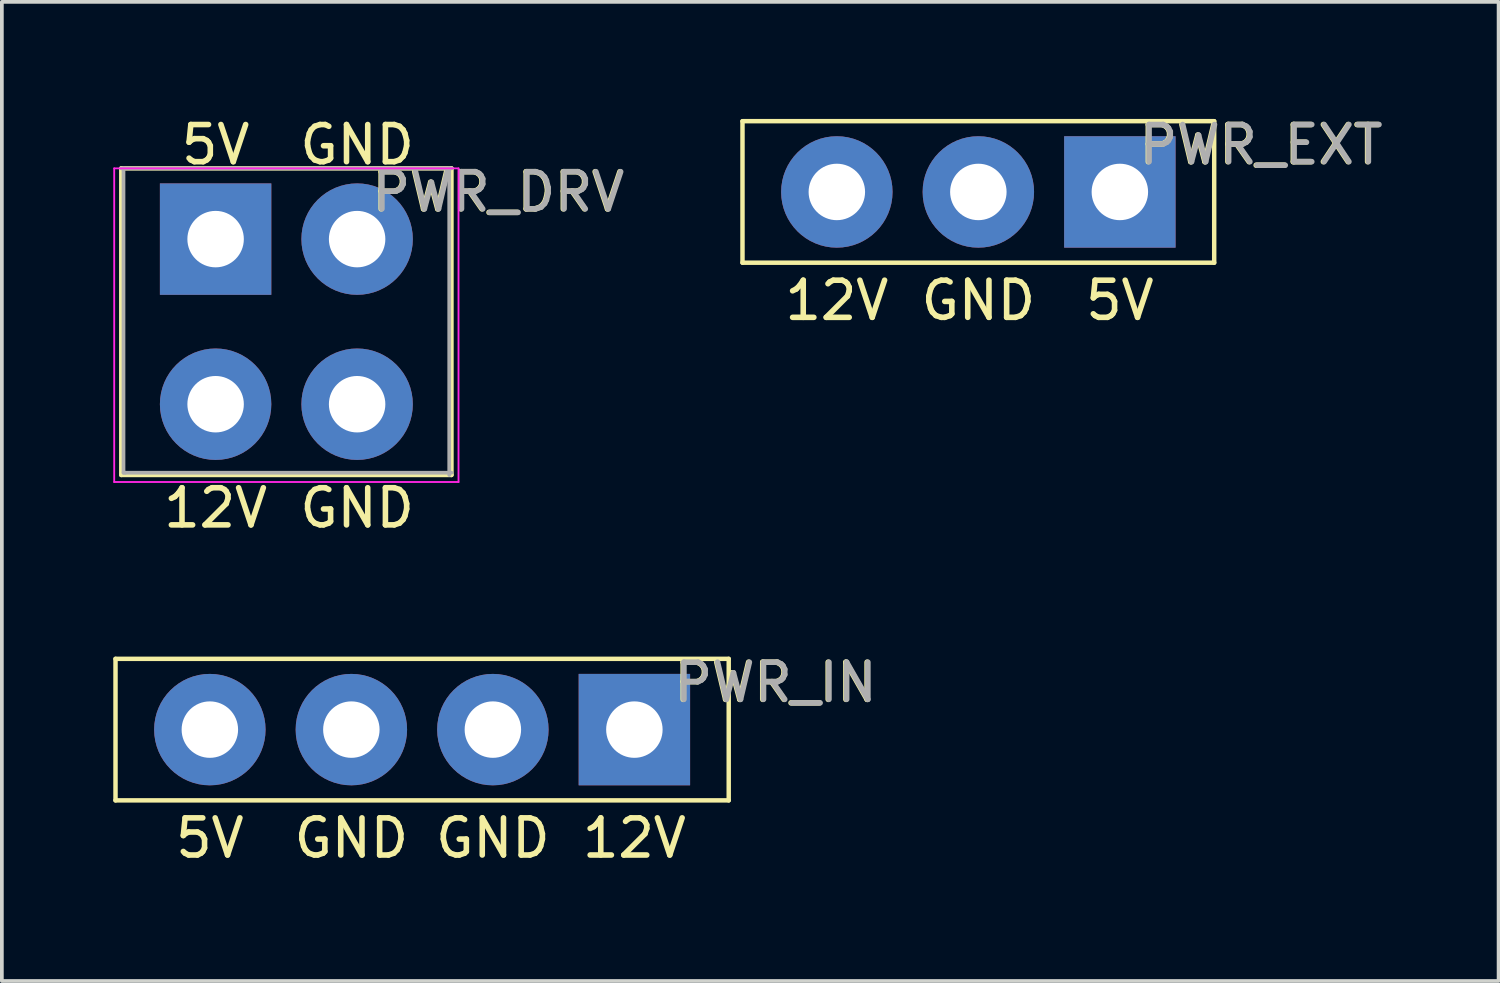
<source format=kicad_pcb>
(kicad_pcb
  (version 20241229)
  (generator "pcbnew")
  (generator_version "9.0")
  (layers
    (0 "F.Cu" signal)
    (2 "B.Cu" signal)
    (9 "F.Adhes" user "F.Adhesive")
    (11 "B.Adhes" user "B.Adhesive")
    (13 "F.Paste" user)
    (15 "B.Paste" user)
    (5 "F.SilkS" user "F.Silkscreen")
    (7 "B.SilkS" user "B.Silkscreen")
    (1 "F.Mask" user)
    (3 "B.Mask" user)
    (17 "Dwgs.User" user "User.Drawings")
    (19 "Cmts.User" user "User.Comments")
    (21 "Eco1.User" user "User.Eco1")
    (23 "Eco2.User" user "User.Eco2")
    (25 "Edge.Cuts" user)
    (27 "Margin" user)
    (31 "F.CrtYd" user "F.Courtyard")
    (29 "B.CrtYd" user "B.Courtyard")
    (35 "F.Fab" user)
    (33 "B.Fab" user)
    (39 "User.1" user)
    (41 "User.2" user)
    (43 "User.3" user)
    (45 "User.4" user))
  (footprint "PWR_IN"
    (layer "F.Cu")
    (at 10.22 19.769)
    (property "Reference" "PWR_IN" (at 7.6 -4.445 0) (layer "F.SilkS") (effects (font (size 1 1) (thickness 0.15))))
    (attr through_hole)
    (fp_line (start -10.16 -5.08) (end -10.16 -1.27) (stroke (width 0.12) (type solid)) (layer "F.SilkS"))
    (fp_line (start -10.16 -5.08) (end 6.35 -5.08) (stroke (width 0.12) (type solid)) (layer "F.SilkS"))
    (fp_line (start -10.16 -1.27) (end 6.35 -1.27) (stroke (width 0.12) (type solid)) (layer "F.SilkS"))
    (fp_line (start 6.35 -1.27) (end 6.35 -5.08) (stroke (width 0.12) (type solid)) (layer "F.SilkS"))
    (fp_text user "GND" (at 0 -0.254 0) (layer "F.SilkS") (effects (font (size 1 1) (thickness 0.15))))
    (fp_text user "5V" (at -7.62 -0.254 0) (layer "F.SilkS") (effects (font (size 1 1) (thickness 0.15))))
    (fp_text user "12V" (at 3.81 -0.254 0) (layer "F.SilkS") (effects (font (size 1 1) (thickness 0.15))))
    (fp_text user "GND" (at -3.81 -0.254 0) (layer "F.SilkS") (effects (font (size 1 1) (thickness 0.15))))
    (fp_text user "${REFERENCE}" (at 7.62 -4.445 0) (layer "F.Fab") (effects (font (size 1 1) (thickness 0.15))))
    (pad "1" thru_hole rect (at 3.81 -3.175) (size 3 3) (drill 1.52) (layers "*.Cu" "*.Mask"))
    (pad "2" thru_hole circle (at 0 -3.175) (size 3 3) (drill 1.52) (layers "*.Cu" "*.Mask"))
    (pad "3" thru_hole circle (at -3.81 -3.175) (size 3 3) (drill 1.52) (layers "*.Cu" "*.Mask"))
    (pad "4" thru_hole circle (at -7.62 -3.175) (size 3 3) (drill 1.52) (layers "*.Cu" "*.Mask")))
  (footprint "PWR_EXT"
    (layer "F.Cu")
    (at 23.291 5.293)
    (property "Reference" "PWR_EXT" (at 7.6 -4.445 0) (layer "F.SilkS") (effects (font (size 1 1) (thickness 0.15))))
    (attr through_hole)
    (fp_line (start -6.35 -5.08) (end -6.35 -1.27) (stroke (width 0.12) (type solid)) (layer "F.SilkS"))
    (fp_line (start -6.35 -5.08) (end 6.35 -5.08) (stroke (width 0.12) (type solid)) (layer "F.SilkS"))
    (fp_line (start -6.35 -1.27) (end 6.35 -1.27) (stroke (width 0.12) (type solid)) (layer "F.SilkS"))
    (fp_line (start 6.35 -1.27) (end 6.35 -5.08) (stroke (width 0.12) (type solid)) (layer "F.SilkS"))
    (fp_text user "5V" (at 3.81 -0.254 0) (layer "F.SilkS") (effects (font (size 1 1) (thickness 0.15))))
    (fp_text user "12V" (at -3.81 -0.254 0) (layer "F.SilkS") (effects (font (size 1 1) (thickness 0.15))))
    (fp_text user "GND" (at 0 -0.254 0) (layer "F.SilkS") (effects (font (size 1 1) (thickness 0.15))))
    (fp_text user "${REFERENCE}" (at 7.62 -4.445 0) (layer "F.Fab") (effects (font (size 1 1) (thickness 0.15))))
    (pad "1" thru_hole rect (at 3.81 -3.175) (size 3 3) (drill 1.52) (layers "*.Cu" "*.Mask"))
    (pad "2" thru_hole circle (at 0 -3.175) (size 3 3) (drill 1.52) (layers "*.Cu" "*.Mask"))
    (pad "3" thru_hole circle (at -3.81 -3.175) (size 3 3) (drill 1.52) (layers "*.Cu" "*.Mask")))
  (footprint "PWR_DRV"
    (layer "F.Cu")
    (at 2.755 6.563)
    (property "Reference" "PWR_DRV" (at 7.6 -4.445 0) (layer "F.SilkS") (effects (font (size 1 1) (thickness 0.15))))
    (attr through_hole)
    (fp_line (start -2.54 -5.08) (end -2.54 3.175) (stroke (width 0.12) (type solid)) (layer "F.SilkS"))
    (fp_line (start -2.54 -5.08) (end 6.35 -5.08) (stroke (width 0.12) (type solid)) (layer "F.SilkS"))
    (fp_line (start -2.54 3.175) (end 6.35 3.175) (stroke (width 0.12) (type solid)) (layer "F.SilkS"))
    (fp_line (start 6.35 3.175) (end 6.35 -5.08) (stroke (width 0.12) (type solid)) (layer "F.SilkS"))
    (fp_line (start -2.73 -5.08) (end -2.73 3.365) (stroke (width 0.05) (type solid)) (layer "F.CrtYd"))
    (fp_line (start -2.73 -5.08) (end 6.54 -5.08) (stroke (width 0.05) (type solid)) (layer "F.CrtYd"))
    (fp_line (start 6.54 3.365) (end -2.73 3.365) (stroke (width 0.05) (type solid)) (layer "F.CrtYd"))
    (fp_line (start 6.54 3.365) (end 6.54 -5.08) (stroke (width 0.05) (type solid)) (layer "F.CrtYd"))
    (fp_line (start -2.54 -5.08) (end 6.35 -5.08) (stroke (width 0.1) (type solid)) (layer "F.Fab"))
    (fp_line (start -2.48 3.115) (end -2.48 -5.08) (stroke (width 0.1) (type solid)) (layer "F.Fab"))
    (fp_line (start -2.43 3.115) (end -2.48 3.115) (stroke (width 0.1) (type solid)) (layer "F.Fab"))
    (fp_line (start 6.29 -5.08) (end 6.29 3.175) (stroke (width 0.1) (type solid)) (layer "F.Fab"))
    (fp_line (start 6.35 3.115) (end -2.43 3.115) (stroke (width 0.1) (type solid)) (layer "F.Fab"))
    (fp_text user "GND" (at 3.81 4.064 0) (layer "F.SilkS") (effects (font (size 1 1) (thickness 0.15))))
    (fp_text user "12V" (at 0 4.064 0) (layer "F.SilkS") (effects (font (size 1 1) (thickness 0.15))))
    (fp_text user "GND" (at 3.81 -5.715 0) (layer "F.SilkS") (effects (font (size 1 1) (thickness 0.15))))
    (fp_text user "5V" (at 0 -5.715 0) (layer "F.SilkS") (effects (font (size 1 1) (thickness 0.15))))
    (fp_text user "${REFERENCE}" (at 7.62 -4.445 0) (layer "F.Fab") (effects (font (size 1 1) (thickness 0.15))))
    (pad "1" thru_hole rect (at 0 -3.175) (size 3 3) (drill 1.52) (layers "*.Cu" "*.Mask"))
    (pad "2" thru_hole circle (at 3.81 -3.175) (size 3 3) (drill 1.52) (layers "*.Cu" "*.Mask"))
    (pad "3" thru_hole circle (at 3.81 1.27) (size 3 3) (drill 1.52) (layers "*.Cu" "*.Mask"))
    (pad "4" thru_hole circle (at 0 1.27) (size 3 3) (drill 1.52) (layers "*.Cu" "*.Mask")))
  (gr_rect
    (start -3 -3)
    (end 37.298 23.363)
    (stroke (width 0.1) (type default))
    (fill no)
    (layer "Edge.Cuts")))
</source>
